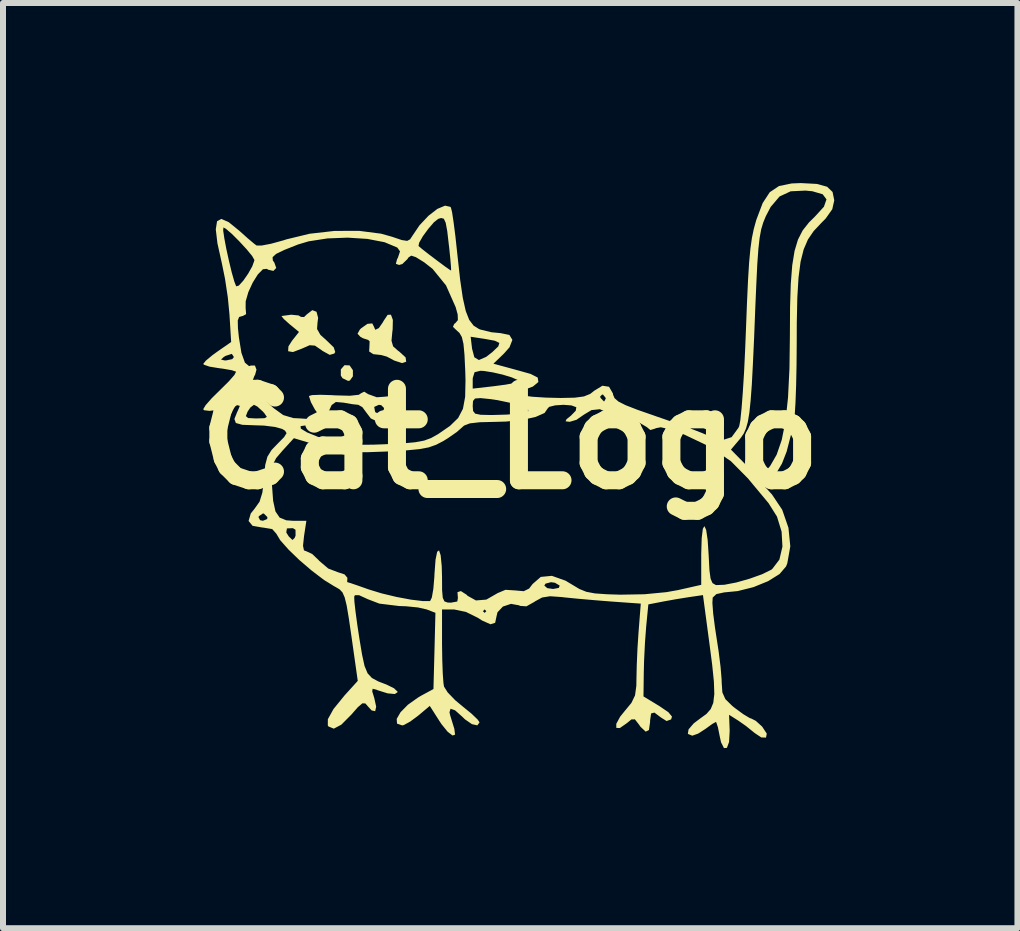
<source format=kicad_pcb>
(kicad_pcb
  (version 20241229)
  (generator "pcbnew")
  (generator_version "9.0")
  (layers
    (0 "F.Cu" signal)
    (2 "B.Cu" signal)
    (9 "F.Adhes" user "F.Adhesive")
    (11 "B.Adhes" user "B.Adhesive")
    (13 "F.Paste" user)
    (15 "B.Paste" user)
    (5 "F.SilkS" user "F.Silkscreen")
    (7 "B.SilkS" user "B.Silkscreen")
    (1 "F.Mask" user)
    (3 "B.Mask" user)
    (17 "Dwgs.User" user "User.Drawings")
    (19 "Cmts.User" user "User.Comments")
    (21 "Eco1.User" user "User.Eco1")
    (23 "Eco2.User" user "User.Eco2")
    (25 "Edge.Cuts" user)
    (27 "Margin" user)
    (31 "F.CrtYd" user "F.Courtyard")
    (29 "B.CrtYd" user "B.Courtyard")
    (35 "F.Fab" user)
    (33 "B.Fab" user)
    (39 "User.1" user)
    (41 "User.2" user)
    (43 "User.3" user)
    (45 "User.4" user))
  (footprint "Cat_Logo"
    (layer "F.Cu")
    (at 5.45 4.262)
    (property "Reference" "Cat_Logo" (at 0 0 0) (layer "F.SilkS") (effects (font (size 1.524 1.524) (thickness 0.3))))
    (attr board_only exclude_from_pos_files exclude_from_bom)
    (fp_poly (pts (xy -2.676 -1.225) (xy -2.676 -1.225) (xy -2.621 -1.145) (xy -2.621 -1.043) (xy -2.671 -0.973) (xy -2.701 -0.966) (xy -2.795 -1.012) (xy -2.822 -1.055) (xy -2.822 -1.158) (xy -2.761 -1.228)) (stroke (width 0) (type solid)) (fill yes) (layer "F.SilkS"))
    (fp_poly (pts (xy -3.227 -2.118) (xy -3.2 -2.016) (xy -3.21 -1.942) (xy -3.218 -1.831) (xy -3.162 -1.733) (xy -3.058 -1.639) (xy -2.94 -1.525) (xy -2.915 -1.448) (xy -2.931 -1.422) (xy -3.007 -1.4) (xy -3.125 -1.465) (xy -3.142 -1.478) (xy -3.253 -1.554) (xy -3.341 -1.561) (xy -3.466 -1.506) (xy -3.62 -1.447) (xy -3.7 -1.461) (xy -3.695 -1.541) (xy -3.636 -1.634) (xy -3.519 -1.782) (xy -3.677 -1.912) (xy -3.773 -1.998) (xy -3.81 -2.045) (xy -3.807 -2.048) (xy -3.649 -2.069) (xy -3.526 -2.057) (xy -3.487 -2.033) (xy -3.435 -2.03) (xy -3.384 -2.079) (xy -3.297 -2.145)) (stroke (width 0) (type solid)) (fill yes) (layer "F.SilkS"))
    (fp_poly (pts (xy -1.955 -1.982) (xy -1.959 -1.819) (xy -1.963 -1.795) (xy -1.978 -1.636) (xy -1.951 -1.542) (xy -1.868 -1.468) (xy -1.85 -1.456) (xy -1.743 -1.358) (xy -1.733 -1.286) (xy -1.803 -1.263) (xy -1.936 -1.307) (xy -1.96 -1.321) (xy -2.058 -1.372) (xy -2.154 -1.398) (xy -2.282 -1.412) (xy -2.35 -1.456) (xy -2.346 -1.534) (xy -2.342 -1.625) (xy -2.366 -1.649) (xy -2.453 -1.677) (xy -2.495 -1.7) (xy -2.544 -1.752) (xy -2.506 -1.82) (xy -2.485 -1.842) (xy -2.379 -1.917) (xy -2.298 -1.924) (xy -2.273 -1.875) (xy -2.248 -1.818) (xy -2.189 -1.846) (xy -2.121 -1.944) (xy -2.111 -1.964) (xy -2.042 -2.067) (xy -1.987 -2.069)) (stroke (width 0) (type solid)) (fill yes) (layer "F.SilkS"))
    (fp_poly (pts (xy -2.367 -0.746) (xy -2.223 -0.694) (xy -2.102 -0.702) (xy -1.983 -0.715) (xy -1.938 -0.672) (xy -1.932 -0.578) (xy -1.971 -0.41) (xy -2.069 -0.308) (xy -2.196 -0.281) (xy -2.322 -0.341) (xy -2.387 -0.426) (xy -2.464 -0.53) (xy -2.47 -0.533) (xy -2.266 -0.533) (xy -2.252 -0.455) (xy -2.237 -0.437) (xy -2.166 -0.426) (xy -2.108 -0.483) (xy -2.102 -0.515) (xy -2.149 -0.562) (xy -2.188 -0.568) (xy -2.266 -0.533) (xy -2.47 -0.533) (xy -2.531 -0.568) (xy -2.633 -0.579) (xy -2.776 -0.604) (xy -2.905 -0.615) (xy -2.975 -0.564) (xy -3.009 -0.49) (xy -3.068 -0.381) (xy -3.122 -0.341) (xy -3.179 -0.386) (xy -3.255 -0.491) (xy -3.321 -0.614) (xy -3.352 -0.71) (xy -3.353 -0.715) (xy -3.301 -0.73) (xy -3.163 -0.735) (xy -2.968 -0.729) (xy -2.928 -0.726) (xy -2.672 -0.719) (xy -2.523 -0.735) (xy -2.483 -0.762) (xy -2.433 -0.787)) (stroke (width 0) (type solid)) (fill yes) (layer "F.SilkS"))
    (fp_poly (pts (xy 5.108 -4.248) (xy 5.279 -4.201) (xy 5.37 -4.114) (xy 5.398 -3.977) (xy 5.398 -3.973) (xy 5.365 -3.826) (xy 5.255 -3.671) (xy 5.177 -3.592) (xy 5.055 -3.462) (xy 4.96 -3.323) (xy 4.889 -3.158) (xy 4.837 -2.952) (xy 4.803 -2.689) (xy 4.783 -2.355) (xy 4.774 -1.932) (xy 4.773 -1.595) (xy 4.77 -1.228) (xy 4.763 -0.889) (xy 4.752 -0.597) (xy 4.738 -0.374) (xy 4.722 -0.24) (xy 4.72 -0.227) (xy 4.669 -0.037) (xy 4.614 0.176) (xy 4.605 0.211) (xy 4.527 0.411) (xy 4.416 0.598) (xy 4.395 0.625) (xy 4.247 0.801) (xy 4.361 0.926) (xy 4.531 1.18) (xy 4.635 1.48) (xy 4.666 1.79) (xy 4.616 2.072) (xy 4.595 2.125) (xy 4.487 2.251) (xy 4.296 2.37) (xy 4.053 2.469) (xy 3.79 2.535) (xy 3.564 2.557) (xy 3.435 2.585) (xy 3.373 2.643) (xy 3.368 2.734) (xy 3.381 2.907) (xy 3.41 3.134) (xy 3.431 3.272) (xy 3.472 3.54) (xy 3.504 3.797) (xy 3.521 4) (xy 3.523 4.062) (xy 3.534 4.223) (xy 3.584 4.335) (xy 3.699 4.448) (xy 3.744 4.484) (xy 3.883 4.586) (xy 3.988 4.649) (xy 4.019 4.66) (xy 4.091 4.697) (xy 4.193 4.789) (xy 4.199 4.796) (xy 4.274 4.91) (xy 4.261 4.976) (xy 4.182 4.973) (xy 4.073 4.9) (xy 3.928 4.783) (xy 3.798 4.692) (xy 3.646 4.596) (xy 3.656 4.863) (xy 3.646 5.049) (xy 3.61 5.147) (xy 3.561 5.151) (xy 3.512 5.054) (xy 3.489 4.948) (xy 3.46 4.804) (xy 3.433 4.723) (xy 3.425 4.716) (xy 3.367 4.748) (xy 3.262 4.824) (xy 3.254 4.83) (xy 3.13 4.91) (xy 3.033 4.944) (xy 3.032 4.944) (xy 2.959 4.914) (xy 2.971 4.839) (xy 3.058 4.738) (xy 3.168 4.655) (xy 3.269 4.582) (xy 3.34 4.501) (xy 3.383 4.397) (xy 3.4 4.25) (xy 3.393 4.043) (xy 3.364 3.758) (xy 3.316 3.389) (xy 3.211 2.602) (xy 2.984 2.635) (xy 2.765 2.67) (xy 2.542 2.71) (xy 2.529 2.713) (xy 2.301 2.757) (xy 2.265 3.126) (xy 2.245 3.392) (xy 2.23 3.693) (xy 2.225 3.892) (xy 2.22 4.29) (xy 2.482 4.449) (xy 2.635 4.553) (xy 2.695 4.626) (xy 2.68 4.673) (xy 2.605 4.7) (xy 2.511 4.641) (xy 2.402 4.559) (xy 2.347 4.574) (xy 2.33 4.691) (xy 2.33 4.716) (xy 2.311 4.85) (xy 2.257 4.877) (xy 2.17 4.795) (xy 2.145 4.759) (xy 2.077 4.672) (xy 2.019 4.673) (xy 1.942 4.736) (xy 1.826 4.817) (xy 1.767 4.814) (xy 1.767 4.746) (xy 1.831 4.628) (xy 1.901 4.541) (xy 2.019 4.398) (xy 2.079 4.273) (xy 2.101 4.114) (xy 2.103 3.992) (xy 2.108 3.768) (xy 2.12 3.489) (xy 2.138 3.215) (xy 2.139 3.205) (xy 2.175 2.744) (xy 1.67 2.708) (xy 1.396 2.686) (xy 1.122 2.662) (xy 0.901 2.64) (xy 0.862 2.635) (xy 0.665 2.621) (xy 0.531 2.642) (xy 0.414 2.706) (xy 0.404 2.714) (xy 0.27 2.789) (xy 0.165 2.782) (xy 0.146 2.772) (xy 0.013 2.748) (xy -0.122 2.793) (xy -0.212 2.888) (xy -0.227 2.95) (xy -0.251 3.063) (xy -0.328 3.088) (xy -0.468 3.026) (xy -0.536 2.982) (xy -0.738 2.882) (xy -0.797 2.87) (xy -0.455 2.87) (xy -0.426 2.898) (xy -0.398 2.87) (xy -0.426 2.841) (xy -0.455 2.87) (xy -0.797 2.87) (xy -0.936 2.841) (xy -0.94 2.841) (xy -1.136 2.841) (xy -1.136 3.424) (xy -1.132 3.682) (xy -1.124 3.908) (xy -1.112 4.07) (xy -1.103 4.126) (xy -1.042 4.223) (xy -0.917 4.353) (xy -0.791 4.458) (xy -0.644 4.578) (xy -0.543 4.675) (xy -0.511 4.722) (xy -0.548 4.772) (xy -0.638 4.752) (xy -0.755 4.671) (xy -0.796 4.631) (xy -0.918 4.522) (xy -0.994 4.495) (xy -1.012 4.554) (xy -1.001 4.603) (xy -0.953 4.759) (xy -0.931 4.83) (xy -0.919 4.927) (xy -0.961 4.941) (xy -1.041 4.88) (xy -1.145 4.752) (xy -1.182 4.696) (xy -1.34 4.448) (xy -1.534 4.611) (xy -1.668 4.71) (xy -1.773 4.767) (xy -1.799 4.773) (xy -1.886 4.743) (xy -1.891 4.664) (xy -1.827 4.553) (xy -1.704 4.428) (xy -1.532 4.306) (xy -1.477 4.274) (xy -1.279 4.167) (xy -1.262 3.532) (xy -1.246 2.897) (xy -1.394 2.84) (xy -1.536 2.808) (xy -1.735 2.788) (xy -1.851 2.784) (xy -2.18 2.744) (xy -2.373 2.67) (xy -2.517 2.604) (xy -2.587 2.604) (xy -2.599 2.627) (xy -2.596 2.71) (xy -2.577 2.879) (xy -2.546 3.107) (xy -2.514 3.318) (xy -2.468 3.595) (xy -2.427 3.783) (xy -2.376 3.905) (xy -2.304 3.983) (xy -2.196 4.041) (xy -2.06 4.093) (xy -1.936 4.154) (xy -1.876 4.212) (xy -1.875 4.218) (xy -1.922 4.25) (xy -2.042 4.239) (xy -2.206 4.188) (xy -2.229 4.178) (xy -2.292 4.162) (xy -2.299 4.206) (xy -2.265 4.316) (xy -2.233 4.461) (xy -2.25 4.536) (xy -2.309 4.523) (xy -2.363 4.464) (xy -2.413 4.407) (xy -2.463 4.405) (xy -2.538 4.469) (xy -2.646 4.592) (xy -2.814 4.761) (xy -2.939 4.827) (xy -3.027 4.791) (xy -3.039 4.774) (xy -3.038 4.669) (xy -2.944 4.5) (xy -2.757 4.27) (xy -2.743 4.255) (xy -2.54 4.031) (xy -2.645 3.289) (xy -2.689 2.988) (xy -2.724 2.779) (xy -2.757 2.643) (xy -2.794 2.558) (xy -2.843 2.506) (xy -2.911 2.466) (xy -2.924 2.46) (xy -3.102 2.35) (xy -3.306 2.195) (xy -3.512 2.019) (xy -3.695 1.842) (xy -3.832 1.687) (xy -3.896 1.58) (xy -3.915 1.558) (xy -3.731 1.558) (xy -3.69 1.624) (xy -3.627 1.684) (xy -3.59 1.647) (xy -3.576 1.611) (xy -3.577 1.514) (xy -3.62 1.487) (xy -3.72 1.491) (xy -3.731 1.558) (xy -3.915 1.558) (xy -3.965 1.502) (xy -4.117 1.477) (xy -4.125 1.477) (xy -4.292 1.448) (xy -4.359 1.367) (xy -4.34 1.303) (xy -4.194 1.303) (xy -4.167 1.354) (xy -4.12 1.364) (xy -4.049 1.335) (xy -4.045 1.303) (xy -4.104 1.244) (xy -4.12 1.242) (xy -4.186 1.286) (xy -4.194 1.303) (xy -4.34 1.303) (xy -4.323 1.243) (xy -4.257 1.16) (xy -4.176 1.046) (xy -4.129 0.894) (xy -4.103 0.668) (xy -4.101 0.648) (xy -4.093 0.563) (xy -3.973 0.563) (xy -3.97 0.756) (xy -3.95 1.029) (xy -3.911 1.208) (xy -3.841 1.311) (xy -3.73 1.356) (xy -3.621 1.364) (xy -3.396 1.364) (xy -3.435 1.619) (xy -3.452 1.781) (xy -3.436 1.857) (xy -3.389 1.875) (xy -3.299 1.917) (xy -3.193 2.018) (xy -3.182 2.031) (xy -3.032 2.159) (xy -2.879 2.218) (xy -2.76 2.257) (xy -2.713 2.313) (xy -2.713 2.317) (xy -2.716 2.382) (xy -2.711 2.387) (xy -2.654 2.404) (xy -2.52 2.45) (xy -2.356 2.508) (xy -2.14 2.574) (xy -1.893 2.633) (xy -1.652 2.678) (xy -1.452 2.702) (xy -1.335 2.701) (xy -1.306 2.643) (xy -1.281 2.5) (xy -1.264 2.3) (xy -1.262 2.252) (xy -1.244 2.011) (xy -1.217 1.88) (xy -1.186 1.857) (xy -1.159 1.938) (xy -1.141 2.122) (xy -1.136 2.305) (xy -1.135 2.52) (xy -1.124 2.646) (xy -1.096 2.707) (xy -1.043 2.726) (xy -0.988 2.728) (xy -0.882 2.709) (xy -0.871 2.647) (xy -0.872 2.644) (xy -0.879 2.553) (xy -0.822 2.535) (xy -0.728 2.595) (xy -0.71 2.614) (xy -0.571 2.691) (xy -0.398 2.677) (xy -0.22 2.575) (xy -0.215 2.571) (xy -0.079 2.514) (xy 0.08 2.524) (xy 0.225 2.537) (xy 0.315 2.493) (xy 0.353 2.443) (xy 0.568 2.443) (xy 0.617 2.486) (xy 0.714 2.5) (xy 0.81 2.482) (xy 0.824 2.443) (xy 0.744 2.396) (xy 0.679 2.387) (xy 0.588 2.411) (xy 0.568 2.443) (xy 0.353 2.443) (xy 0.373 2.417) (xy 0.509 2.299) (xy 0.694 2.281) (xy 0.922 2.362) (xy 1.032 2.428) (xy 1.152 2.5) (xy 1.268 2.547) (xy 1.411 2.574) (xy 1.612 2.588) (xy 1.835 2.595) (xy 2.235 2.588) (xy 2.601 2.553) (xy 2.793 2.519) (xy 3.182 2.431) (xy 3.182 1.914) (xy 3.19 1.65) (xy 3.209 1.497) (xy 3.235 1.453) (xy 3.264 1.515) (xy 3.289 1.683) (xy 3.307 1.954) (xy 3.307 1.96) (xy 3.319 2.19) (xy 3.338 2.329) (xy 3.37 2.402) (xy 3.421 2.432) (xy 3.433 2.435) (xy 3.567 2.43) (xy 3.766 2.392) (xy 3.988 2.329) (xy 4.195 2.255) (xy 4.346 2.181) (xy 4.365 2.167) (xy 4.484 2.011) (xy 4.535 1.794) (xy 4.521 1.545) (xy 4.444 1.294) (xy 4.304 1.071) (xy 4.195 0.94) (xy 4.052 0.769) (xy 3.962 0.66) (xy 3.676 0.371) (xy 3.396 0.178) (xy 3.677 0.178) (xy 3.897 0.402) (xy 4.042 0.541) (xy 4.143 0.595) (xy 4.227 0.567) (xy 4.322 0.461) (xy 4.332 0.448) (xy 4.439 0.262) (xy 4.523 0.018) (xy 4.586 -0.296) (xy 4.628 -0.69) (xy 4.652 -1.176) (xy 4.659 -1.709) (xy 4.662 -2.196) (xy 4.674 -2.585) (xy 4.698 -2.892) (xy 4.737 -3.132) (xy 4.794 -3.321) (xy 4.872 -3.473) (xy 4.976 -3.605) (xy 5.077 -3.705) (xy 5.226 -3.868) (xy 5.269 -3.991) (xy 5.205 -4.076) (xy 5.033 -4.126) (xy 4.919 -4.137) (xy 4.672 -4.125) (xy 4.487 -4.039) (xy 4.339 -3.865) (xy 4.257 -3.708) (xy 4.215 -3.605) (xy 4.181 -3.492) (xy 4.155 -3.35) (xy 4.134 -3.163) (xy 4.116 -2.913) (xy 4.1 -2.582) (xy 4.084 -2.216) (xy 4.063 -1.682) (xy 4.043 -1.25) (xy 4.025 -0.906) (xy 4.005 -0.639) (xy 3.984 -0.437) (xy 3.959 -0.287) (xy 3.929 -0.177) (xy 3.893 -0.094) (xy 3.848 -0.027) (xy 3.823 0.005) (xy 3.677 0.178) (xy 3.396 0.178) (xy 3.333 0.134) (xy 2.904 -0.07) (xy 2.88 -0.08) (xy 2.653 -0.162) (xy 2.507 -0.194) (xy 2.424 -0.178) (xy 2.418 -0.173) (xy 2.335 -0.148) (xy 2.274 -0.198) (xy 2.15 -0.271) (xy 1.998 -0.275) (xy 1.89 -0.22) (xy 1.789 -0.18) (xy 1.693 -0.224) (xy 1.648 -0.332) (xy 1.648 -0.338) (xy 1.603 -0.446) (xy 1.494 -0.495) (xy 1.354 -0.48) (xy 1.229 -0.405) (xy 1.103 -0.318) (xy 0.991 -0.285) (xy 0.922 -0.293) (xy 0.938 -0.328) (xy 1.011 -0.387) (xy 1.092 -0.47) (xy 1.101 -0.528) (xy 1.02 -0.558) (xy 0.888 -0.568) (xy 0.749 -0.559) (xy 0.649 -0.534) (xy 0.625 -0.509) (xy 0.572 -0.432) (xy 0.425 -0.367) (xy 0.204 -0.317) (xy -0.071 -0.289) (xy -0.247 -0.284) (xy -0.505 -0.278) (xy -0.672 -0.259) (xy -0.769 -0.222) (xy -0.798 -0.196) (xy -0.89 -0.115) (xy -1.038 -0.012) (xy -1.114 0.035) (xy -1.233 0.097) (xy -1.357 0.141) (xy -1.514 0.17) (xy -1.729 0.191) (xy -2.029 0.208) (xy -2.056 0.21) (xy -2.37 0.221) (xy -2.604 0.221) (xy -2.792 0.206) (xy -2.967 0.173) (xy -3.162 0.12) (xy -3.18 0.115) (xy -3.604 -0.012) (xy -3.794 0.196) (xy -3.9 0.32) (xy -3.955 0.428) (xy -3.973 0.563) (xy -4.093 0.563) (xy -4.082 0.436) (xy -4.045 0.296) (xy -3.976 0.185) (xy -3.881 0.086) (xy -3.767 -0.03) (xy -3.726 -0.096) (xy -3.752 -0.138) (xy -3.799 -0.166) (xy -3.917 -0.199) (xy -4.102 -0.222) (xy -4.258 -0.227) (xy -4.464 -0.235) (xy -4.571 -0.265) (xy -4.595 -0.332) (xy -4.576 -0.38) (xy -4.404 -0.38) (xy -4.367 -0.348) (xy -4.241 -0.341) (xy -4.227 -0.341) (xy -4.092 -0.345) (xy -4.054 -0.367) (xy -4.096 -0.428) (xy -4.12 -0.455) (xy -4.212 -0.539) (xy -4.269 -0.568) (xy -4.328 -0.524) (xy -4.375 -0.455) (xy -4.404 -0.38) (xy -4.576 -0.38) (xy -4.55 -0.446) (xy -4.539 -0.467) (xy -4.504 -0.55) (xy -4.547 -0.562) (xy -4.61 -0.546) (xy -4.837 -0.49) (xy -5.007 -0.467) (xy -5.102 -0.478) (xy -5.114 -0.496) (xy -5.075 -0.561) (xy -4.974 -0.676) (xy -4.946 -0.704) (xy -4.773 -0.704) (xy -4.729 -0.682) (xy -4.622 -0.705) (xy -4.496 -0.761) (xy -4.411 -0.829) (xy -4.423 -0.875) (xy -4.5 -0.871) (xy -4.617 -0.825) (xy -4.724 -0.762) (xy -4.773 -0.705) (xy -4.773 -0.704) (xy -4.946 -0.704) (xy -4.83 -0.818) (xy -4.826 -0.822) (xy -4.688 -0.959) (xy -4.595 -1.065) (xy -4.567 -1.119) (xy -4.568 -1.12) (xy -4.637 -1.144) (xy -4.779 -1.169) (xy -4.856 -1.179) (xy -5.009 -1.204) (xy -5.102 -1.236) (xy -5.114 -1.25) (xy -5.071 -1.303) (xy -5.049 -1.322) (xy -4.818 -1.322) (xy -4.761 -1.308) (xy -4.731 -1.308) (xy -4.631 -1.329) (xy -4.603 -1.364) (xy -4.638 -1.417) (xy -4.742 -1.383) (xy -4.773 -1.364) (xy -4.818 -1.322) (xy -5.049 -1.322) (xy -4.962 -1.394) (xy -4.881 -1.453) (xy -4.649 -1.614) (xy -4.671 -1.972) (xy -4.539 -1.972) (xy -4.536 -1.844) (xy -4.52 -1.691) (xy -4.478 -1.433) (xy -4.42 -1.271) (xy -4.351 -1.213) (xy -4.316 -1.223) (xy -4.253 -1.222) (xy -4.227 -1.154) (xy -4.251 -1.066) (xy -4.261 -1.052) (xy -4.291 -0.974) (xy -4.231 -0.891) (xy -4.212 -0.874) (xy -4.136 -0.788) (xy -4.122 -0.734) (xy -4.099 -0.676) (xy -4.01 -0.576) (xy -3.947 -0.517) (xy -3.781 -0.397) (xy -3.614 -0.347) (xy -3.493 -0.341) (xy -3.341 -0.33) (xy -3.25 -0.301) (xy -3.239 -0.284) (xy -3.288 -0.243) (xy -3.392 -0.227) (xy -3.492 -0.213) (xy -3.489 -0.172) (xy -3.388 -0.11) (xy -3.197 -0.032) (xy -3.09 0.005) (xy -2.918 0.055) (xy -2.746 0.085) (xy -2.544 0.098) (xy -2.279 0.096) (xy -2.092 0.089) (xy -1.795 0.075) (xy -1.585 0.056) (xy -1.434 0.028) (xy -1.317 -0.015) (xy -1.205 -0.078) (xy -1.204 -0.078) (xy -1.003 -0.217) (xy -0.868 -0.348) (xy -0.788 -0.501) (xy -0.779 -0.548) (xy -0.625 -0.548) (xy -0.619 -0.466) (xy -0.584 -0.421) (xy -0.493 -0.402) (xy -0.321 -0.398) (xy -0.27 -0.399) (xy -0.058 -0.405) (xy 0.126 -0.42) (xy 0.219 -0.435) (xy 0.301 -0.462) (xy 0.297 -0.489) (xy 0.197 -0.537) (xy 0.169 -0.548) (xy 0.002 -0.601) (xy -0.213 -0.646) (xy -0.32 -0.662) (xy -0.495 -0.68) (xy -0.586 -0.673) (xy -0.62 -0.632) (xy -0.625 -0.548) (xy -0.779 -0.548) (xy -0.751 -0.7) (xy -0.748 -0.838) (xy -0.625 -0.838) (xy -0.272 -0.878) (xy -0.077 -0.904) (xy 0.073 -0.932) (xy 0.138 -0.953) (xy 0.122 -0.983) (xy 0.025 -1.025) (xy -0.122 -1.07) (xy -0.287 -1.108) (xy -0.439 -1.132) (xy -0.497 -1.135) (xy -0.594 -1.111) (xy -0.624 -1.014) (xy -0.625 -0.987) (xy -0.625 -0.838) (xy -0.748 -0.838) (xy -0.745 -0.974) (xy -0.749 -1.128) (xy -0.762 -1.401) (xy -0.779 -1.583) (xy -0.806 -1.697) (xy -0.809 -1.702) (xy -0.659 -1.702) (xy -0.636 -1.505) (xy -0.598 -1.36) (xy -0.522 -1.314) (xy -0.4 -1.367) (xy -0.301 -1.444) (xy -0.199 -1.541) (xy -0.181 -1.599) (xy -0.258 -1.636) (xy -0.429 -1.667) (xy -0.659 -1.702) (xy -0.809 -1.702) (xy -0.846 -1.766) (xy -0.882 -1.798) (xy -0.954 -1.867) (xy -0.932 -1.917) (xy -0.916 -1.927) (xy -0.872 -1.979) (xy -0.875 -2.072) (xy -0.909 -2.195) (xy -1.07 -2.558) (xy -1.293 -2.832) (xy -1.433 -2.942) (xy -1.572 -3.028) (xy -1.649 -3.053) (xy -1.695 -3.023) (xy -1.713 -2.995) (xy -1.798 -2.913) (xy -1.852 -2.898) (xy -1.905 -2.917) (xy -1.886 -2.991) (xy -1.871 -3.019) (xy -1.836 -3.124) (xy -1.881 -3.188) (xy -1.884 -3.189) (xy -1.943 -3.214) (xy -1.528 -3.214) (xy -1.463 -3.159) (xy -1.348 -3.069) (xy -1.213 -2.967) (xy -1.088 -2.874) (xy -1.004 -2.815) (xy -0.985 -2.805) (xy -0.986 -2.861) (xy -0.998 -3.001) (xy -1.018 -3.197) (xy -1.022 -3.228) (xy -1.049 -3.461) (xy -1.075 -3.601) (xy -1.106 -3.668) (xy -1.151 -3.68) (xy -1.199 -3.666) (xy -1.271 -3.609) (xy -1.364 -3.501) (xy -1.455 -3.377) (xy -1.517 -3.269) (xy -1.528 -3.214) (xy -1.943 -3.214) (xy -2.094 -3.277) (xy -2.38 -3.332) (xy -2.708 -3.353) (xy -3.045 -3.34) (xy -3.357 -3.292) (xy -3.535 -3.239) (xy -3.764 -3.148) (xy -3.9 -3.082) (xy -3.959 -3.028) (xy -3.955 -2.974) (xy -3.929 -2.936) (xy -3.898 -2.848) (xy -3.945 -2.799) (xy -4.034 -2.819) (xy -4.053 -2.833) (xy -4.119 -2.827) (xy -4.204 -2.741) (xy -4.29 -2.604) (xy -4.363 -2.445) (xy -4.407 -2.293) (xy -4.408 -2.184) (xy -4.4 -2.078) (xy -4.459 -2.046) (xy -4.467 -2.046) (xy -4.517 -2.031) (xy -4.539 -1.972) (xy -4.671 -1.972) (xy -4.677 -2.071) (xy -4.705 -2.36) (xy -4.752 -2.671) (xy -4.804 -2.926) (xy -4.878 -3.26) (xy -4.903 -3.473) (xy -4.782 -3.473) (xy -4.763 -3.343) (xy -4.729 -3.163) (xy -4.685 -2.963) (xy -4.639 -2.772) (xy -4.596 -2.621) (xy -4.565 -2.542) (xy -4.522 -2.554) (xy -4.448 -2.635) (xy -4.366 -2.753) (xy -4.297 -2.876) (xy -4.263 -2.971) (xy -4.262 -2.981) (xy -4.299 -3.047) (xy -4.392 -3.16) (xy -4.514 -3.292) (xy -4.638 -3.416) (xy -4.737 -3.501) (xy -4.778 -3.523) (xy -4.782 -3.473) (xy -4.903 -3.473) (xy -4.905 -3.492) (xy -4.884 -3.626) (xy -4.813 -3.665) (xy -4.691 -3.612) (xy -4.515 -3.469) (xy -4.509 -3.464) (xy -4.372 -3.341) (xy -4.262 -3.249) (xy -4.225 -3.222) (xy -4.144 -3.221) (xy -3.986 -3.251) (xy -3.782 -3.307) (xy -3.726 -3.325) (xy -3.342 -3.418) (xy -2.927 -3.465) (xy -2.517 -3.466) (xy -2.15 -3.419) (xy -1.97 -3.368) (xy -1.807 -3.313) (xy -1.717 -3.299) (xy -1.668 -3.325) (xy -1.638 -3.371) (xy -1.511 -3.559) (xy -1.362 -3.717) (xy -1.214 -3.832) (xy -1.085 -3.886) (xy -0.998 -3.866) (xy -0.988 -3.853) (xy -0.969 -3.778) (xy -0.944 -3.613) (xy -0.914 -3.381) (xy -0.884 -3.104) (xy -0.878 -3.049) (xy -0.834 -2.65) (xy -0.79 -2.349) (xy -0.741 -2.131) (xy -0.683 -1.983) (xy -0.61 -1.887) (xy -0.519 -1.83) (xy -0.494 -1.821) (xy -0.313 -1.777) (xy -0.16 -1.762) (xy -0.014 -1.732) (xy 0.036 -1.65) (xy -0.012 -1.526) (xy -0.105 -1.421) (xy -0.28 -1.253) (xy -0.04 -1.188) (xy 0.146 -1.137) (xy 0.31 -1.091) (xy 0.341 -1.082) (xy 0.458 -1.022) (xy 0.469 -0.948) (xy 0.379 -0.873) (xy 0.256 -0.826) (xy 0.028 -0.761) (xy 0.22 -0.721) (xy 0.374 -0.702) (xy 0.594 -0.688) (xy 0.834 -0.682) (xy 0.842 -0.682) (xy 1.076 -0.687) (xy 1.202 -0.704) (xy 1.497 -0.704) (xy 1.506 -0.682) (xy 1.557 -0.628) (xy 1.566 -0.625) (xy 1.59 -0.669) (xy 1.591 -0.682) (xy 1.547 -0.737) (xy 1.531 -0.739) (xy 1.497 -0.704) (xy 1.202 -0.704) (xy 1.229 -0.708) (xy 1.333 -0.75) (xy 1.4 -0.803) (xy 1.536 -0.886) (xy 1.646 -0.869) (xy 1.711 -0.757) (xy 1.714 -0.735) (xy 1.738 -0.679) (xy 1.802 -0.623) (xy 1.922 -0.562) (xy 2.117 -0.486) (xy 2.401 -0.387) (xy 2.443 -0.372) (xy 2.728 -0.274) (xy 2.989 -0.179) (xy 3.199 -0.097) (xy 3.332 -0.04) (xy 3.339 -0.036) (xy 3.532 0.021) (xy 3.688 -0.029) (xy 3.802 -0.185) (xy 3.816 -0.217) (xy 3.834 -0.314) (xy 3.854 -0.508) (xy 3.875 -0.781) (xy 3.896 -1.115) (xy 3.914 -1.495) (xy 3.927 -1.818) (xy 3.945 -2.283) (xy 3.962 -2.651) (xy 3.98 -2.94) (xy 4.001 -3.165) (xy 4.026 -3.345) (xy 4.057 -3.495) (xy 4.095 -3.633) (xy 4.102 -3.655) (xy 4.206 -3.93) (xy 4.324 -4.11) (xy 4.478 -4.213) (xy 4.689 -4.256) (xy 4.841 -4.262)) (stroke (width 0) (type solid)) (fill yes) (layer "F.SilkS")))
  (gr_rect
    (start -3 -3)
    (end 13.9 12.413)
    (stroke (width 0.1) (type default))
    (fill no)
    (layer "Edge.Cuts")))
</source>
